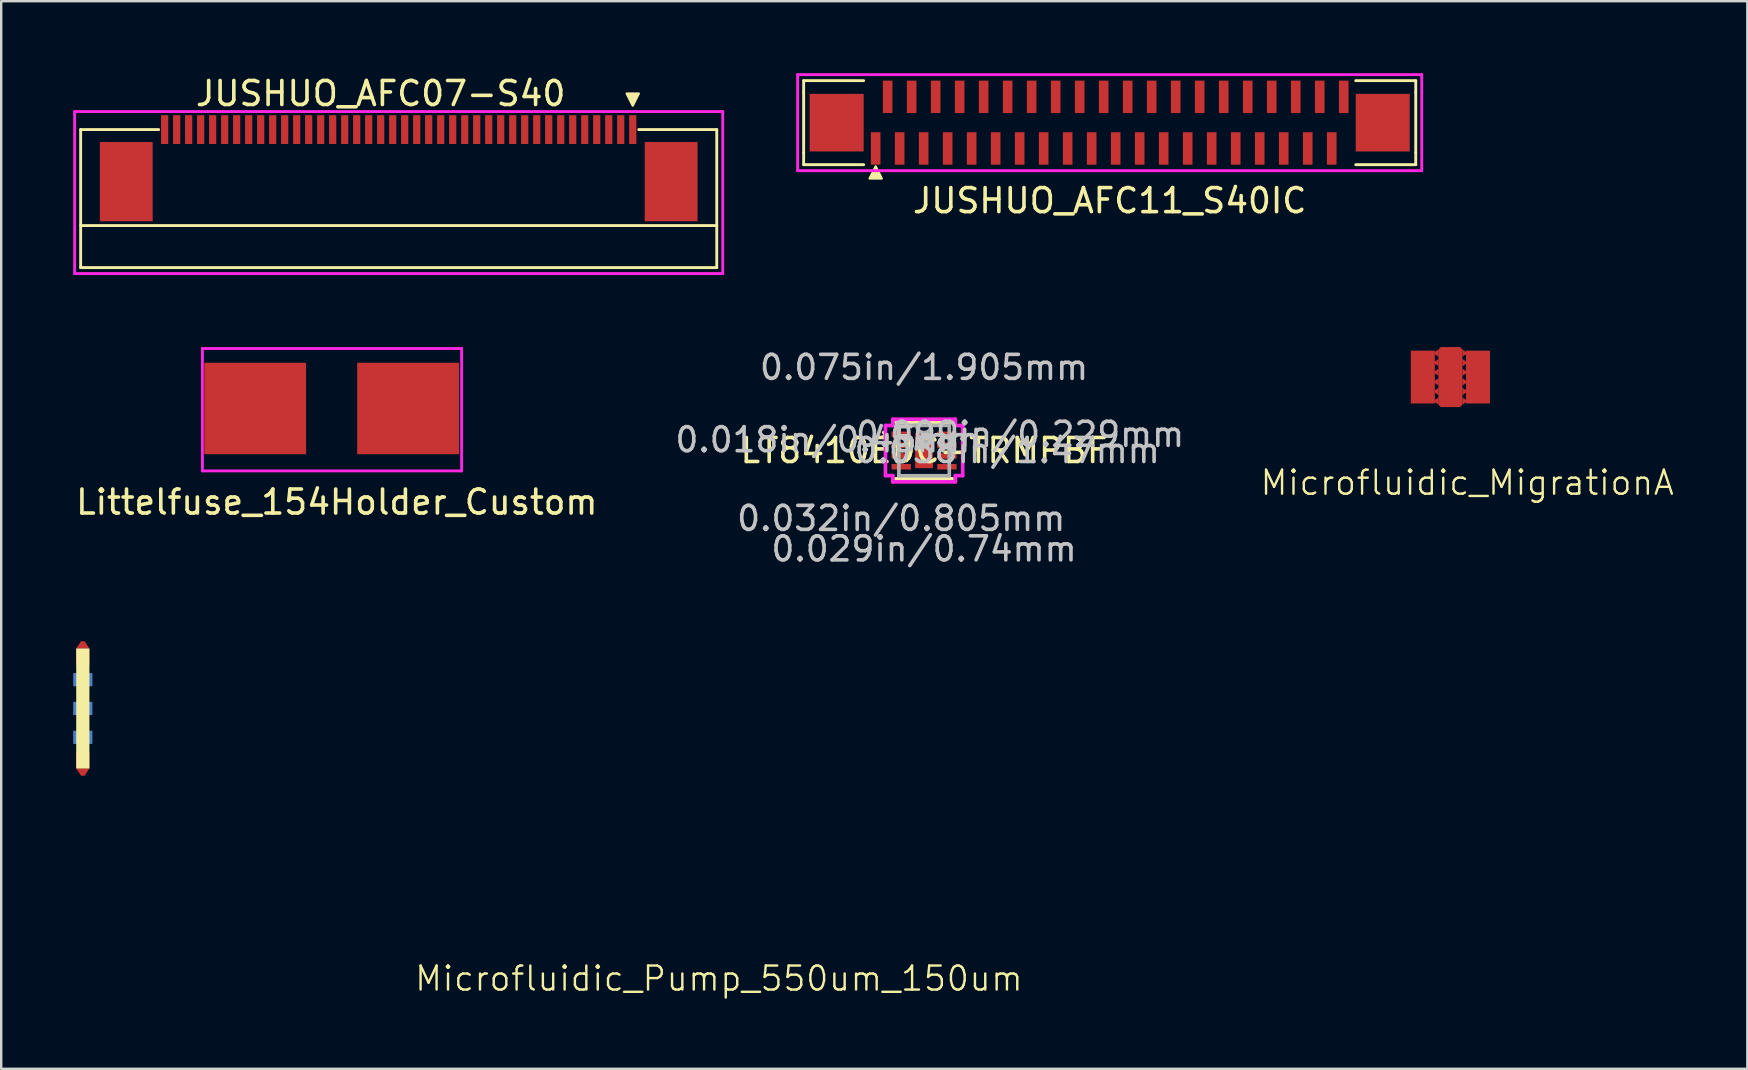
<source format=kicad_pcb>
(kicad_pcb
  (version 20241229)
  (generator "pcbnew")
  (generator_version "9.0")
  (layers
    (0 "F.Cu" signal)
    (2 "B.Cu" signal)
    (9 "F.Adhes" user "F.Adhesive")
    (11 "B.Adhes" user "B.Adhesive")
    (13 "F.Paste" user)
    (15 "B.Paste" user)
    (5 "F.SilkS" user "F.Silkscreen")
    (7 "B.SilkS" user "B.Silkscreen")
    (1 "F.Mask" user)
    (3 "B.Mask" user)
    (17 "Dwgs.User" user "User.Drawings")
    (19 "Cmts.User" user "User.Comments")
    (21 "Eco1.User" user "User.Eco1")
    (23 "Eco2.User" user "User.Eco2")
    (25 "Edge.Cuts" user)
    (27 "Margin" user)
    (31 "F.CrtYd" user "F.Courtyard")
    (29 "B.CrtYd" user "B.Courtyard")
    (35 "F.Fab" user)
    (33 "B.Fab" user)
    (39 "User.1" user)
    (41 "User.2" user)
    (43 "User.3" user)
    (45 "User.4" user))
  (footprint "JUSHUO_AFC07-S40"
    (layer "F.Cu")
    (at 12.81 4.598)
    (property "Reference" "JUSHUO_AFC07-S40" (at 0 -3.75 0) (layer "F.SilkS") (effects (font (size 1 1) (thickness 0.15))))
    (attr through_hole)
    (fp_line (start -12.5 -2.25) (end -12.5 3.5) (stroke (width 0.12) (type solid)) (layer "F.SilkS"))
    (fp_line (start -12.5 3.5) (end 14 3.5) (stroke (width 0.12) (type solid)) (layer "F.SilkS"))
    (fp_line (start -9.25 -2.25) (end -12.5 -2.25) (stroke (width 0.12) (type solid)) (layer "F.SilkS"))
    (fp_line (start 14 -2.25) (end 10.75 -2.25) (stroke (width 0.12) (type solid)) (layer "F.SilkS"))
    (fp_line (start 14 1.75) (end -12.5 1.75) (stroke (width 0.12) (type solid)) (layer "F.SilkS"))
    (fp_line (start 14 3.5) (end 14 -2.25) (stroke (width 0.12) (type solid)) (layer "F.SilkS"))
    (fp_poly (pts (xy 10.5 -3.25) (xy 10.75 -3.75) (xy 10.25 -3.75)) (stroke (width 0.1) (type solid)) (fill yes) (layer "F.SilkS"))
    (fp_line (start -12.75 -3) (end 14.25 -3) (stroke (width 0.12) (type solid)) (layer "F.CrtYd"))
    (fp_line (start -12.75 3.75) (end -12.75 -3) (stroke (width 0.12) (type solid)) (layer "F.CrtYd"))
    (fp_line (start 14.25 -3) (end 14.25 3.75) (stroke (width 0.12) (type solid)) (layer "F.CrtYd"))
    (fp_line (start 14.25 3.75) (end -12.75 3.75) (stroke (width 0.12) (type solid)) (layer "F.CrtYd"))
    (pad "1" smd rect (at 10.5 -2.25) (size 0.3 1.2) (layers "F.Cu" "F.Mask" "F.Paste"))
    (pad "2" smd rect (at 10 -2.25) (size 0.3 1.2) (layers "F.Cu" "F.Mask" "F.Paste"))
    (pad "3" smd rect (at 9.5 -2.25) (size 0.3 1.2) (layers "F.Cu" "F.Mask" "F.Paste"))
    (pad "4" smd rect (at 9 -2.25) (size 0.3 1.2) (layers "F.Cu" "F.Mask" "F.Paste"))
    (pad "5" smd rect (at 8.5 -2.25) (size 0.3 1.2) (layers "F.Cu" "F.Mask" "F.Paste"))
    (pad "6" smd rect (at 8 -2.25) (size 0.3 1.2) (layers "F.Cu" "F.Mask" "F.Paste"))
    (pad "7" smd rect (at 7.5 -2.25) (size 0.3 1.2) (layers "F.Cu" "F.Mask" "F.Paste"))
    (pad "8" smd rect (at 7 -2.25) (size 0.3 1.2) (layers "F.Cu" "F.Mask" "F.Paste"))
    (pad "9" smd rect (at 6.5 -2.25) (size 0.3 1.2) (layers "F.Cu" "F.Mask" "F.Paste"))
    (pad "10" smd rect (at 6 -2.25) (size 0.3 1.2) (layers "F.Cu" "F.Mask" "F.Paste"))
    (pad "11" smd rect (at 5.5 -2.25) (size 0.3 1.2) (layers "F.Cu" "F.Mask" "F.Paste"))
    (pad "12" smd rect (at 5 -2.25) (size 0.3 1.2) (layers "F.Cu" "F.Mask" "F.Paste"))
    (pad "13" smd rect (at 4.5 -2.25) (size 0.3 1.2) (layers "F.Cu" "F.Mask" "F.Paste"))
    (pad "14" smd rect (at 4 -2.25) (size 0.3 1.2) (layers "F.Cu" "F.Mask" "F.Paste"))
    (pad "15" smd rect (at 3.5 -2.25) (size 0.3 1.2) (layers "F.Cu" "F.Mask" "F.Paste"))
    (pad "16" smd rect (at 3 -2.25) (size 0.3 1.2) (layers "F.Cu" "F.Mask" "F.Paste"))
    (pad "17" smd rect (at 2.5 -2.25) (size 0.3 1.2) (layers "F.Cu" "F.Mask" "F.Paste"))
    (pad "18" smd rect (at 2 -2.25) (size 0.3 1.2) (layers "F.Cu" "F.Mask" "F.Paste"))
    (pad "19" smd rect (at 1.5 -2.25) (size 0.3 1.2) (layers "F.Cu" "F.Mask" "F.Paste"))
    (pad "20" smd rect (at 1 -2.25) (size 0.3 1.2) (layers "F.Cu" "F.Mask" "F.Paste"))
    (pad "21" smd rect (at 0.5 -2.25) (size 0.3 1.2) (layers "F.Cu" "F.Mask" "F.Paste"))
    (pad "22" smd rect (at 0 -2.25) (size 0.3 1.2) (layers "F.Cu" "F.Mask" "F.Paste"))
    (pad "23" smd rect (at -0.5 -2.25) (size 0.3 1.2) (layers "F.Cu" "F.Mask" "F.Paste"))
    (pad "24" smd rect (at -1 -2.25) (size 0.3 1.2) (layers "F.Cu" "F.Mask" "F.Paste"))
    (pad "25" smd rect (at -1.5 -2.25) (size 0.3 1.2) (layers "F.Cu" "F.Mask" "F.Paste"))
    (pad "26" smd rect (at -2 -2.25) (size 0.3 1.2) (layers "F.Cu" "F.Mask" "F.Paste"))
    (pad "27" smd rect (at -2.5 -2.25) (size 0.3 1.2) (layers "F.Cu" "F.Mask" "F.Paste"))
    (pad "28" smd rect (at -3 -2.25) (size 0.3 1.2) (layers "F.Cu" "F.Mask" "F.Paste"))
    (pad "29" smd rect (at -3.5 -2.25) (size 0.3 1.2) (layers "F.Cu" "F.Mask" "F.Paste"))
    (pad "30" smd rect (at -4 -2.25) (size 0.3 1.2) (layers "F.Cu" "F.Mask" "F.Paste"))
    (pad "31" smd rect (at -4.5 -2.25) (size 0.3 1.2) (layers "F.Cu" "F.Mask" "F.Paste"))
    (pad "32" smd rect (at -5 -2.25) (size 0.3 1.2) (layers "F.Cu" "F.Mask" "F.Paste"))
    (pad "33" smd rect (at -5.5 -2.25) (size 0.3 1.2) (layers "F.Cu" "F.Mask" "F.Paste"))
    (pad "34" smd rect (at -6 -2.25) (size 0.3 1.2) (layers "F.Cu" "F.Mask" "F.Paste"))
    (pad "35" smd rect (at -6.5 -2.25) (size 0.3 1.2) (layers "F.Cu" "F.Mask" "F.Paste"))
    (pad "36" smd rect (at -7 -2.25) (size 0.3 1.2) (layers "F.Cu" "F.Mask" "F.Paste"))
    (pad "37" smd rect (at -7.5 -2.25) (size 0.3 1.2) (layers "F.Cu" "F.Mask" "F.Paste"))
    (pad "38" smd rect (at -8 -2.25) (size 0.3 1.2) (layers "F.Cu" "F.Mask" "F.Paste"))
    (pad "39" smd rect (at -8.5 -2.25) (size 0.3 1.2) (layers "F.Cu" "F.Mask" "F.Paste"))
    (pad "40" smd rect (at -9 -2.25) (size 0.3 1.2) (layers "F.Cu" "F.Mask" "F.Paste"))
    (pad "GND" smd rect (at -10.6 -0.08) (size 2.2 3.3) (layers "F.Cu" "F.Mask" "F.Paste"))
    (pad "GND" smd rect (at 12.1 -0.08) (size 2.2 3.3) (layers "F.Cu" "F.Mask" "F.Paste")))
  (footprint "JUSHUO_AFC11_S40IC"
    (layer "F.Cu")
    (at 43.18 2.06)
    (property "Reference" "JUSHUO_AFC11_S40IC" (at 0 3.25 0) (layer "F.SilkS") (effects (font (size 1 1) (thickness 0.15))))
    (attr through_hole)
    (fp_line (start -12.75 -1.75) (end -12.75 -1.25) (stroke (width 0.12) (type solid)) (layer "F.SilkS"))
    (fp_line (start -12.75 1.25) (end -12.75 -1.25) (stroke (width 0.12) (type solid)) (layer "F.SilkS"))
    (fp_line (start -12.75 1.75) (end -12.75 1.25) (stroke (width 0.12) (type solid)) (layer "F.SilkS"))
    (fp_line (start -10.25 -1.75) (end -12.75 -1.75) (stroke (width 0.12) (type solid)) (layer "F.SilkS"))
    (fp_line (start -10.25 1.75) (end -12.75 1.75) (stroke (width 0.12) (type solid)) (layer "F.SilkS"))
    (fp_line (start 10.25 -1.75) (end 12.75 -1.75) (stroke (width 0.12) (type solid)) (layer "F.SilkS"))
    (fp_line (start 10.25 1.75) (end 12.75 1.75) (stroke (width 0.12) (type solid)) (layer "F.SilkS"))
    (fp_line (start 12.75 -1.75) (end 12.75 -1.25) (stroke (width 0.12) (type solid)) (layer "F.SilkS"))
    (fp_line (start 12.75 1.25) (end 12.75 -1.25) (stroke (width 0.12) (type solid)) (layer "F.SilkS"))
    (fp_line (start 12.75 1.75) (end 12.75 1.25) (stroke (width 0.12) (type solid)) (layer "F.SilkS"))
    (fp_poly (pts (xy -9.5 2.325) (xy -10 2.325) (xy -9.75 1.825)) (stroke (width 0.1) (type solid)) (fill yes) (layer "F.SilkS"))
    (fp_line (start -13 -2) (end 13 -2) (stroke (width 0.12) (type solid)) (layer "F.CrtYd"))
    (fp_line (start -13 2) (end -13 -2) (stroke (width 0.12) (type solid)) (layer "F.CrtYd"))
    (fp_line (start 13 -2) (end 13 2) (stroke (width 0.12) (type solid)) (layer "F.CrtYd"))
    (fp_line (start 13 2) (end -13 2) (stroke (width 0.12) (type solid)) (layer "F.CrtYd"))
    (pad "1" smd rect (at -9.75 1.075) (size 0.4 1.35) (layers "F.Cu" "F.Mask" "F.Paste"))
    (pad "2" smd rect (at -9.25 -1.075) (size 0.4 1.35) (layers "F.Cu" "F.Mask" "F.Paste"))
    (pad "3" smd rect (at -8.75 1.075) (size 0.4 1.35) (layers "F.Cu" "F.Mask" "F.Paste"))
    (pad "4" smd rect (at -8.25 -1.075) (size 0.4 1.35) (layers "F.Cu" "F.Mask" "F.Paste"))
    (pad "5" smd rect (at -7.75 1.075) (size 0.4 1.35) (layers "F.Cu" "F.Mask" "F.Paste"))
    (pad "6" smd rect (at -7.25 -1.075) (size 0.4 1.35) (layers "F.Cu" "F.Mask" "F.Paste"))
    (pad "7" smd rect (at -6.75 1.075) (size 0.4 1.35) (layers "F.Cu" "F.Mask" "F.Paste"))
    (pad "8" smd rect (at -6.25 -1.075) (size 0.4 1.35) (layers "F.Cu" "F.Mask" "F.Paste"))
    (pad "9" smd rect (at -5.75 1.075) (size 0.4 1.35) (layers "F.Cu" "F.Mask" "F.Paste"))
    (pad "10" smd rect (at -5.25 -1.075) (size 0.4 1.35) (layers "F.Cu" "F.Mask" "F.Paste"))
    (pad "11" smd rect (at -4.75 1.075) (size 0.4 1.35) (layers "F.Cu" "F.Mask" "F.Paste"))
    (pad "12" smd rect (at -4.25 -1.075) (size 0.4 1.35) (layers "F.Cu" "F.Mask" "F.Paste"))
    (pad "13" smd rect (at -3.75 1.075) (size 0.4 1.35) (layers "F.Cu" "F.Mask" "F.Paste"))
    (pad "14" smd rect (at -3.25 -1.075) (size 0.4 1.35) (layers "F.Cu" "F.Mask" "F.Paste"))
    (pad "15" smd rect (at -2.75 1.075) (size 0.4 1.35) (layers "F.Cu" "F.Mask" "F.Paste"))
    (pad "16" smd rect (at -2.25 -1.075) (size 0.4 1.35) (layers "F.Cu" "F.Mask" "F.Paste"))
    (pad "17" smd rect (at -1.75 1.075) (size 0.4 1.35) (layers "F.Cu" "F.Mask" "F.Paste"))
    (pad "18" smd rect (at -1.25 -1.075) (size 0.4 1.35) (layers "F.Cu" "F.Mask" "F.Paste"))
    (pad "19" smd rect (at -0.75 1.075) (size 0.4 1.35) (layers "F.Cu" "F.Mask" "F.Paste"))
    (pad "20" smd rect (at -0.25 -1.075) (size 0.4 1.35) (layers "F.Cu" "F.Mask" "F.Paste"))
    (pad "21" smd rect (at 0.25 1.075) (size 0.4 1.35) (layers "F.Cu" "F.Mask" "F.Paste"))
    (pad "22" smd rect (at 0.75 -1.075) (size 0.4 1.35) (layers "F.Cu" "F.Mask" "F.Paste"))
    (pad "23" smd rect (at 1.25 1.075) (size 0.4 1.35) (layers "F.Cu" "F.Mask" "F.Paste"))
    (pad "24" smd rect (at 1.75 -1.075) (size 0.4 1.35) (layers "F.Cu" "F.Mask" "F.Paste"))
    (pad "25" smd rect (at 2.25 1.075) (size 0.4 1.35) (layers "F.Cu" "F.Mask" "F.Paste"))
    (pad "26" smd rect (at 2.75 -1.075) (size 0.4 1.35) (layers "F.Cu" "F.Mask" "F.Paste"))
    (pad "27" smd rect (at 3.25 1.075) (size 0.4 1.35) (layers "F.Cu" "F.Mask" "F.Paste"))
    (pad "28" smd rect (at 3.75 -1.075) (size 0.4 1.35) (layers "F.Cu" "F.Mask" "F.Paste"))
    (pad "29" smd rect (at 4.25 1.075) (size 0.4 1.35) (layers "F.Cu" "F.Mask" "F.Paste"))
    (pad "30" smd rect (at 4.75 -1.075) (size 0.4 1.35) (layers "F.Cu" "F.Mask" "F.Paste"))
    (pad "31" smd rect (at 5.25 1.075) (size 0.4 1.35) (layers "F.Cu" "F.Mask" "F.Paste"))
    (pad "32" smd rect (at 5.75 -1.075) (size 0.4 1.35) (layers "F.Cu" "F.Mask" "F.Paste"))
    (pad "33" smd rect (at 6.25 1.075) (size 0.4 1.35) (layers "F.Cu" "F.Mask" "F.Paste"))
    (pad "34" smd rect (at 6.75 -1.075) (size 0.4 1.35) (layers "F.Cu" "F.Mask" "F.Paste"))
    (pad "35" smd rect (at 7.25 1.075) (size 0.4 1.35) (layers "F.Cu" "F.Mask" "F.Paste"))
    (pad "36" smd rect (at 7.75 -1.075) (size 0.4 1.35) (layers "F.Cu" "F.Mask" "F.Paste"))
    (pad "37" smd rect (at 8.25 1.075) (size 0.4 1.35) (layers "F.Cu" "F.Mask" "F.Paste"))
    (pad "38" smd rect (at 8.75 -1.075) (size 0.4 1.35) (layers "F.Cu" "F.Mask" "F.Paste"))
    (pad "39" smd rect (at 9.25 1.075) (size 0.4 1.35) (layers "F.Cu" "F.Mask" "F.Paste"))
    (pad "40" smd rect (at 9.75 -1.075) (size 0.4 1.35) (layers "F.Cu" "F.Mask" "F.Paste"))
    (pad "GND" smd rect (at -11.375 0) (size 2.25 2.4) (layers "F.Cu" "F.Mask" "F.Paste"))
    (pad "GND" smd rect (at 11.375 0) (size 2.25 2.4) (layers "F.Cu" "F.Mask" "F.Paste")))
  (footprint "Littelfuse_154Holder_Custom"
    (layer "F.Cu")
    (at 10.482 16.668)
    (property "Reference" "Littelfuse_154Holder_Custom" (at 0.5 1.2 0) (layer "F.SilkS") (effects (font (size 1 1) (thickness 0.15))))
    (attr through_hole)
    (fp_line (start -5.1 -5.2) (end 5.7 -5.2) (stroke (width 0.12) (type solid)) (layer "F.CrtYd"))
    (fp_line (start -5.1 -0.1) (end -5.1 -5.2) (stroke (width 0.12) (type solid)) (layer "F.CrtYd"))
    (fp_line (start 5.7 -5.2) (end 5.7 -0.1) (stroke (width 0.12) (type solid)) (layer "F.CrtYd"))
    (fp_line (start 5.7 -0.1) (end -5.1 -0.1) (stroke (width 0.12) (type solid)) (layer "F.CrtYd"))
    (pad "1" smd rect (at -2.9 -2.7) (size 4.24 3.81) (layers "F.Cu" "F.Mask" "F.Paste"))
    (pad "2" smd rect (at 3.47 -2.7) (size 4.24 3.81) (layers "F.Cu" "F.Mask" "F.Paste")))
  (footprint "Microfluidic_Pump_550um_150um"
    (layer "F.Cu")
    (at 0.4 26.466)
    (property "Reference" "Microfluidic_Pump_550um_150um" (at 26.5 11.25 0) (unlocked yes) (layer "F.SilkS") (effects (font (size 1 1) (thickness 0.1))))
    (attr smd)
    (pad "" smd rect (at 0 -2.15) (size 0.55 0.7) (layers "F.Cu"))
    (pad "" smd rect (at 0 0) (size 0.55 5) (layers "F.SilkS"))
    (pad "" smd rect (at 0 2.15) (size 0.55 0.7) (layers "F.Cu"))
    (pad "1" smd rect (at 0 -1.2) (size 0.8 0.55) (layers "B.Cu"))
    (pad "2" smd rect (at 0 0) (size 0.8 0.55) (layers "B.Cu"))
    (pad "3" smd rect (at 0 1.2) (size 0.8 0.55) (layers "B.Cu"))
    (pad "4" smd trapezoid (at 0 -2.65) (size 0.35 0.3) (rect_delta 0 0.2) (layers "F.Cu"))
    (pad "5" smd trapezoid (at 0 2.65 180) (size 0.35 0.3) (rect_delta 0 0.2) (layers "F.Cu")))
  (footprint "Microfluidic_MigrationA"
    (layer "F.Cu")
    (at 57.375 12.658)
    (property "Reference" "Microfluidic_MigrationA" (at 0.7 4.4 0) (unlocked yes) (layer "F.SilkS") (effects (font (size 1 1) (thickness 0.1))))
    (attr smd)
    (fp_poly (pts (xy -0.5 -0.85) (xy -0.5 -1.15) (xy -0.65 -1.05) (xy -0.65 -0.95)) (stroke (width 0) (type solid)) (fill yes) (layer "F.Cu"))
    (fp_poly (pts (xy -0.5 -0.45) (xy -0.5 -0.75) (xy -0.65 -0.65) (xy -0.65 -0.55)) (stroke (width 0) (type solid)) (fill yes) (layer "F.Cu"))
    (fp_poly (pts (xy -0.5 -0.05) (xy -0.5 -0.35) (xy -0.65 -0.25) (xy -0.65 -0.15)) (stroke (width 0) (type solid)) (fill yes) (layer "F.Cu"))
    (fp_poly (pts (xy -0.5 0.35) (xy -0.5 0.05) (xy -0.65 0.15) (xy -0.65 0.25)) (stroke (width 0) (type solid)) (fill yes) (layer "F.Cu"))
    (fp_poly (pts (xy -0.5 0.75) (xy -0.5 0.45) (xy -0.65 0.55) (xy -0.65 0.65)) (stroke (width 0) (type solid)) (fill yes) (layer "F.Cu"))
    (fp_poly (pts (xy -0.5 1.15) (xy -0.5 0.85) (xy -0.65 0.95) (xy -0.65 1.05)) (stroke (width 0) (type solid)) (fill yes) (layer "F.Cu"))
    (fp_poly (pts (xy 0.5 -1.15) (xy 0.5 -0.85) (xy 0.65 -0.95) (xy 0.65 -1.05)) (stroke (width 0) (type solid)) (fill yes) (layer "F.Cu"))
    (fp_poly (pts (xy 0.5 -0.75) (xy 0.5 -0.45) (xy 0.65 -0.55) (xy 0.65 -0.65)) (stroke (width 0) (type solid)) (fill yes) (layer "F.Cu"))
    (fp_poly (pts (xy 0.5 -0.35) (xy 0.5 -0.05) (xy 0.65 -0.15) (xy 0.65 -0.25)) (stroke (width 0) (type solid)) (fill yes) (layer "F.Cu"))
    (fp_poly (pts (xy 0.5 0.05) (xy 0.5 0.35) (xy 0.65 0.25) (xy 0.65 0.15)) (stroke (width 0) (type solid)) (fill yes) (layer "F.Cu"))
    (fp_poly (pts (xy 0.5 0.45) (xy 0.5 0.75) (xy 0.65 0.65) (xy 0.65 0.55)) (stroke (width 0) (type solid)) (fill yes) (layer "F.Cu"))
    (fp_poly (pts (xy 0.5 0.85) (xy 0.5 1.15) (xy 0.65 1.05) (xy 0.65 0.95)) (stroke (width 0) (type solid)) (fill yes) (layer "F.Cu"))
    (pad "1" smd roundrect (at 0 0 90) (size 2.5 1) (layers "F.Cu" "F.Mask" "F.Paste") (roundrect_rratio 0) (chamfer_ratio 0.1) (chamfer top_left top_right bottom_left bottom_right))
    (pad "2" smd rect (at 1.15 0 90) (size 2.2 1) (layers "F.Cu" "F.Mask" "F.Paste"))
    (pad "3" smd rect (at -1.15 0 90) (size 2.2 1) (layers "F.Cu" "F.Mask" "F.Paste")))
  (footprint "LT8410EDC-TRMPBF"
    (layer "F.Cu")
    (at 35.447 15.72)
    (property "Reference" "LT8410EDC-TRMPBF" (at 0 0 0) (layer "F.SilkS") (effects (font (size 1 1) (thickness 0.15))))
    (attr through_hole)
    (fp_line (start -1.177 1.177) (end 1.177 1.177) (stroke (width 0.152) (type solid)) (layer "F.SilkS"))
    (fp_line (start 1.177 -1.177) (end -1.177 -1.177) (stroke (width 0.152) (type solid)) (layer "F.SilkS"))
    (fp_arc (start -1.6814 -0.7512) (mid -1.605448 -0.681141) (end -1.669158 -0.59979) (stroke (width 0.1524) (type solid)) (layer "F.SilkS"))
    (fp_line (start -1.609 -1.044) (end -1.304 -1.044) (stroke (width 0.152) (type solid)) (layer "F.CrtYd"))
    (fp_line (start -1.609 1.044) (end -1.609 -1.044) (stroke (width 0.152) (type solid)) (layer "F.CrtYd"))
    (fp_line (start -1.304 -1.304) (end 1.304 -1.304) (stroke (width 0.152) (type solid)) (layer "F.CrtYd"))
    (fp_line (start -1.304 -1.044) (end -1.304 -1.304) (stroke (width 0.152) (type solid)) (layer "F.CrtYd"))
    (fp_line (start -1.304 1.044) (end -1.609 1.044) (stroke (width 0.152) (type solid)) (layer "F.CrtYd"))
    (fp_line (start -1.304 1.304) (end -1.304 1.044) (stroke (width 0.152) (type solid)) (layer "F.CrtYd"))
    (fp_line (start 1.304 -1.304) (end 1.304 -1.044) (stroke (width 0.152) (type solid)) (layer "F.CrtYd"))
    (fp_line (start 1.304 -1.044) (end 1.609 -1.044) (stroke (width 0.152) (type solid)) (layer "F.CrtYd"))
    (fp_line (start 1.304 1.044) (end 1.304 1.304) (stroke (width 0.152) (type solid)) (layer "F.CrtYd"))
    (fp_line (start 1.304 1.304) (end -1.304 1.304) (stroke (width 0.152) (type solid)) (layer "F.CrtYd"))
    (fp_line (start 1.609 -1.044) (end 1.609 1.044) (stroke (width 0.152) (type solid)) (layer "F.CrtYd"))
    (fp_line (start 1.609 1.044) (end 1.304 1.044) (stroke (width 0.152) (type solid)) (layer "F.CrtYd"))
    (fp_line (start -1.05 -1.05) (end -1.05 1.05) (stroke (width 0.152) (type solid)) (layer "F.Fab"))
    (fp_line (start -1.05 1.05) (end 1.05 1.05) (stroke (width 0.152) (type solid)) (layer "F.Fab"))
    (fp_line (start 1.05 -1.05) (end -1.05 -1.05) (stroke (width 0.152) (type solid)) (layer "F.Fab"))
    (fp_line (start 1.05 1.05) (end 1.05 -1.05) (stroke (width 0.152) (type solid)) (layer "F.Fab"))
    (fp_arc (start 0.3048 -1.05) (mid 0 -0.7452) (end -0.3048 -1.05) (stroke (width 0.1524) (type solid)) (layer "F.Fab"))
    (fp_text user "*" (at 0 0 0) (layer "F.SilkS") (effects (font (size 1 1) (thickness 0.15))))
    (fp_text user "0.075in/1.905mm" (at 0 -3.463 0) (layer "Dwgs.User") (effects (font (size 1 1) (thickness 0.15))))
    (fp_text user "0.032in/0.805mm" (at -0.952 2.828 0) (layer "Dwgs.User") (effects (font (size 1 1) (thickness 0.15))))
    (fp_text user "0.009in/0.229mm" (at 4 -0.675 0) (layer "Dwgs.User") (effects (font (size 1 1) (thickness 0.15))))
    (fp_text user "0.018in/0.45mm" (at -4 -0.45 0) (layer "Dwgs.User") (effects (font (size 1 1) (thickness 0.15))))
    (fp_text user "0.058in/1.47mm" (at 3.463 0 0) (layer "Dwgs.User") (effects (font (size 1 1) (thickness 0.15))))
    (fp_text user "0.029in/0.74mm" (at 0 4.098 0) (layer "Dwgs.User") (effects (font (size 1 1) (thickness 0.15))))
    (fp_text user "Copyright 2016 Accelerated Designs. All rights reserved." (at 0 0 0) (layer "Cmts.User") (effects (font (size 0.127 0.127) (thickness 0.002))))
    (fp_text user "*" (at 0 0 0) (layer "F.Fab") (effects (font (size 1 1) (thickness 0.15))))
    (pad "1" smd rect (at -0.952 -0.675) (size 0.805 0.229) (layers "F.Cu" "F.Mask" "F.Paste"))
    (pad "2" smd rect (at -0.952 -0.225) (size 0.805 0.229) (layers "F.Cu" "F.Mask" "F.Paste"))
    (pad "3" smd rect (at -0.952 0.225) (size 0.805 0.229) (layers "F.Cu" "F.Mask" "F.Paste"))
    (pad "4" smd rect (at -0.952 0.675) (size 0.805 0.229) (layers "F.Cu" "F.Mask" "F.Paste"))
    (pad "5" smd rect (at 0.952 0.675) (size 0.805 0.229) (layers "F.Cu" "F.Mask" "F.Paste"))
    (pad "6" smd rect (at 0.952 0.225) (size 0.805 0.229) (layers "F.Cu" "F.Mask" "F.Paste"))
    (pad "7" smd rect (at 0.952 -0.225) (size 0.805 0.229) (layers "F.Cu" "F.Mask" "F.Paste"))
    (pad "8" smd rect (at 0.952 -0.675) (size 0.805 0.229) (layers "F.Cu" "F.Mask" "F.Paste"))
    (pad "9" smd rect (at 0 0) (size 0.74 1.47) (layers "F.Cu" "F.Mask" "F.Paste")))
  (gr_rect
    (start -3 -3)
    (end 69.744 41.476)
    (stroke (width 0.1) (type default))
    (fill no)
    (layer "Edge.Cuts")))
</source>
